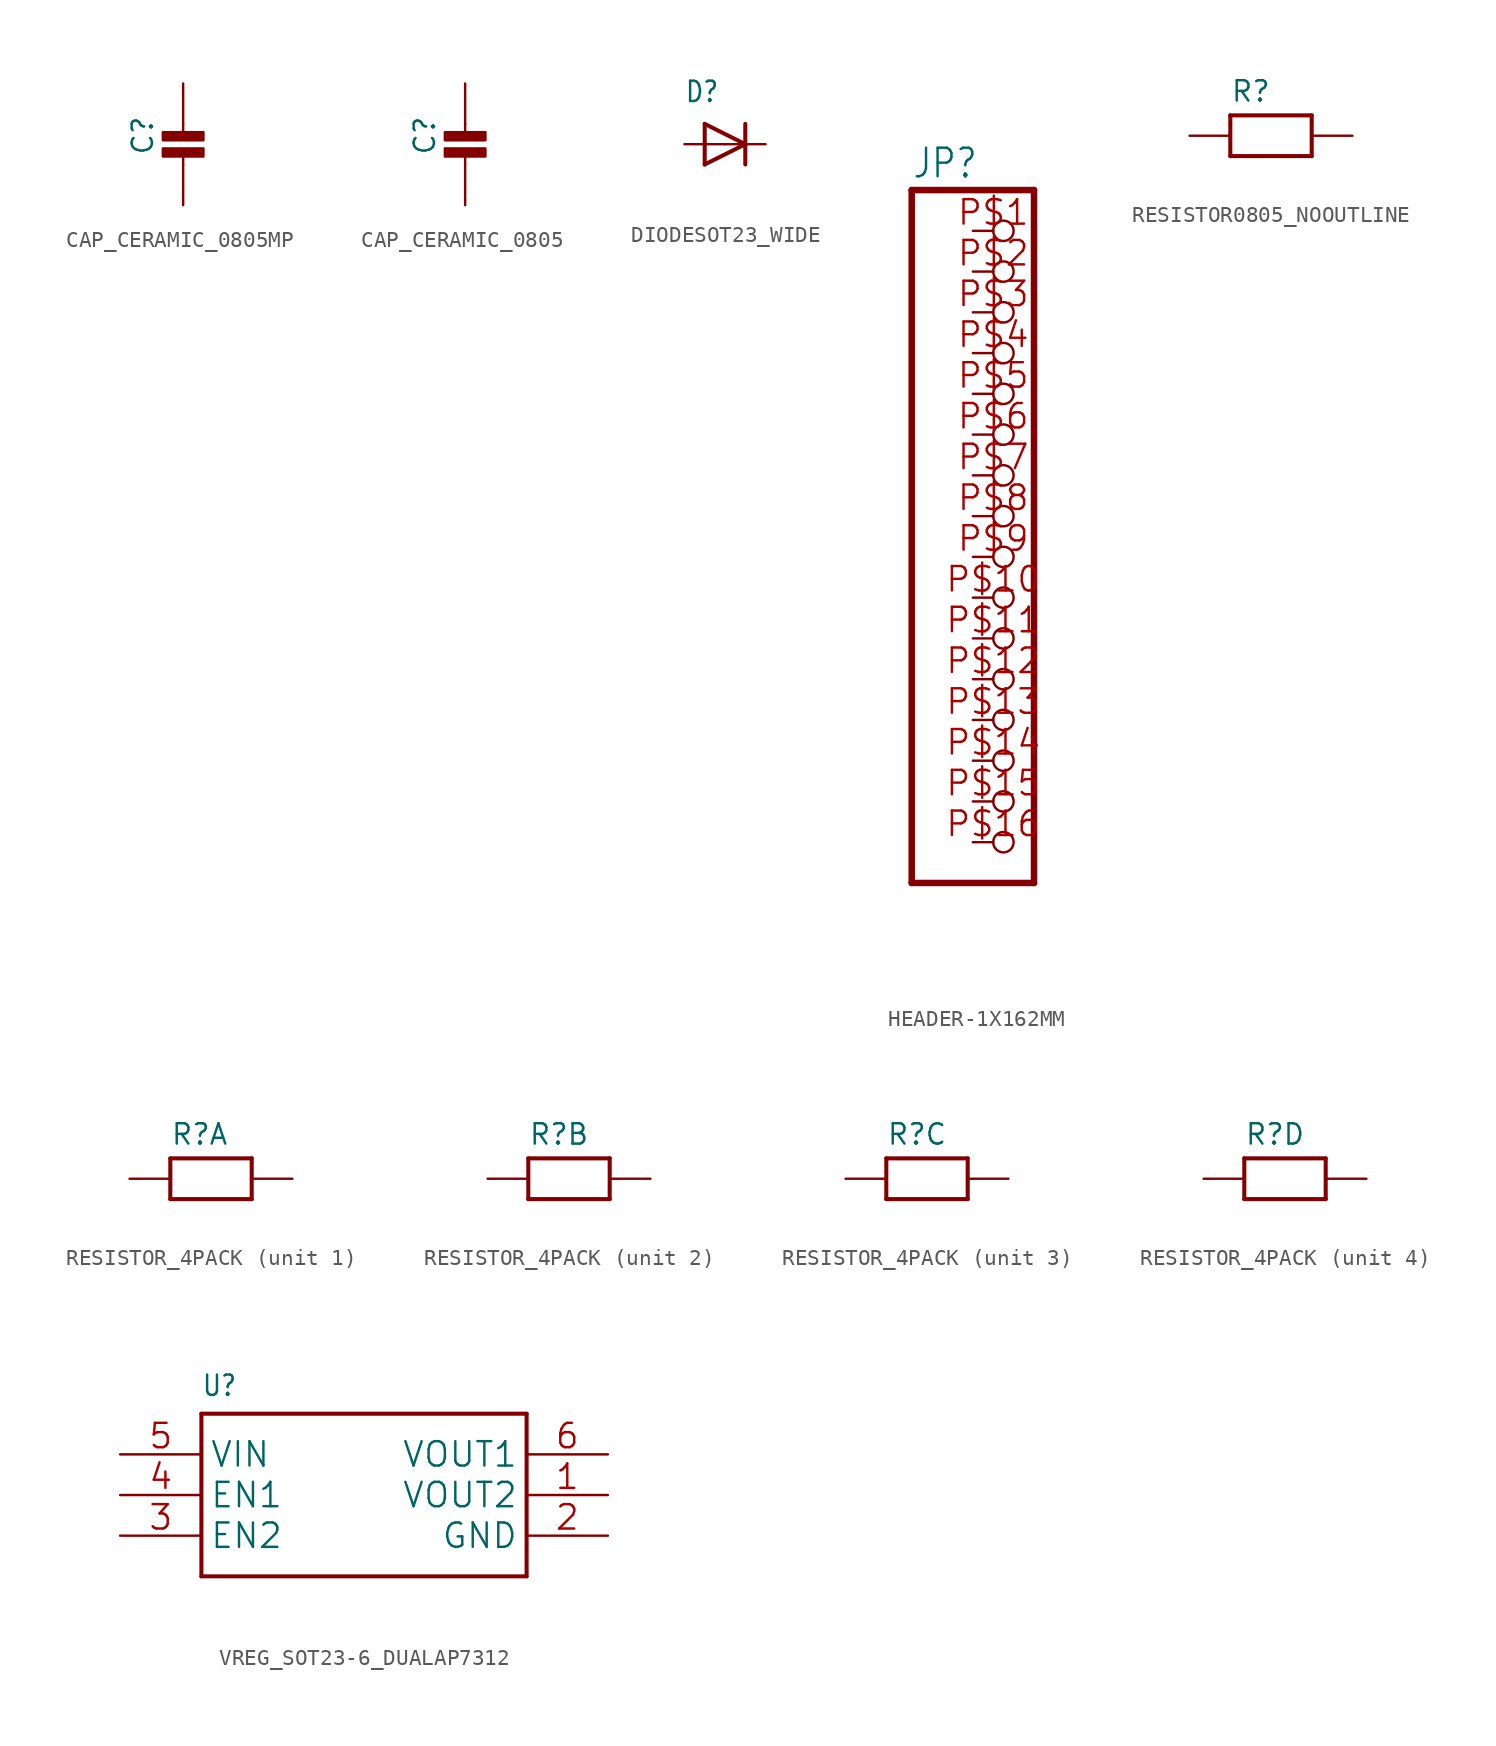
<source format=kicad_sym>
(kicad_symbol_lib
  (version 20241209)
  (generator "kicad_symbol_editor")
  (generator_version "9.0")
  (symbol "CAP_CERAMIC_0805MP"
    (property "Reference" "C"
      (at -1.79 0.54 90)
      (effects (font (size 1.27 1.27)) (justify left bottom)))
    (property "Value" ""
      (at 3 0.54 90)
      (effects (font (size 1.27 1.27)) (justify left bottom)))
    (property "ki_locked" ""
      (at 0 0 0)
      (effects (font (size 1.27 1.27))))
    (symbol "CAP_CERAMIC_0805MP_1_0"
      (rectangle (start -1.27 1.524) (end 1.27 2.032) (stroke (width 0) (type default)) (fill (type outline)))
      (rectangle (start -1.27 0.508) (end 1.27 1.016) (stroke (width 0) (type default)) (fill (type outline)))
      (polyline (pts (xy 0 2.54) (xy 0 1.778)) (stroke (width 0.152) (type solid)) (fill (type none)))
      (polyline (pts (xy 0 0.762) (xy 0 0)) (stroke (width 0.152) (type solid)) (fill (type none)))
      (pin passive line (at 0 5.08 270) (length 2.54) (name "1" (effects (font (size 0 0)))) (number "1" (effects (font (size 0 0)))))
      (pin passive line (at 0 -2.54 90) (length 2.54) (name "2" (effects (font (size 0 0)))) (number "2" (effects (font (size 0 0)))))))
  (symbol "CAP_CERAMIC_0805"
    (property "Reference" "C"
      (at -1.79 0.54 90)
      (effects (font (size 1.27 1.27)) (justify left bottom)))
    (property "Value" ""
      (at 3 0.54 90)
      (effects (font (size 1.27 1.27)) (justify left bottom)))
    (property "ki_locked" ""
      (at 0 0 0)
      (effects (font (size 1.27 1.27))))
    (symbol "CAP_CERAMIC_0805_1_0"
      (rectangle (start -1.27 1.524) (end 1.27 2.032) (stroke (width 0) (type default)) (fill (type outline)))
      (rectangle (start -1.27 0.508) (end 1.27 1.016) (stroke (width 0) (type default)) (fill (type outline)))
      (polyline (pts (xy 0 2.54) (xy 0 1.778)) (stroke (width 0.152) (type solid)) (fill (type none)))
      (polyline (pts (xy 0 0.762) (xy 0 0)) (stroke (width 0.152) (type solid)) (fill (type none)))
      (pin passive line (at 0 5.08 270) (length 2.54) (name "1" (effects (font (size 0 0)))) (number "1" (effects (font (size 0 0)))))
      (pin passive line (at 0 -2.54 90) (length 2.54) (name "2" (effects (font (size 0 0)))) (number "2" (effects (font (size 0 0)))))))
  (symbol "DIODESOT23_WIDE"
    (property "Reference" "D"
      (at -2.54 2.54 0)
      (effects (font (size 1.27 1.079)) (justify left bottom)))
    (property "Value" ""
      (at -2.54 -3.81 0)
      (effects (font (size 1.27 1.079)) (justify left bottom)))
    (property "ki_locked" ""
      (at 0 0 0)
      (effects (font (size 1.27 1.27))))
    (symbol "DIODESOT23_WIDE_1_0"
      (polyline (pts (xy -1.27 1.27) (xy -1.27 -1.27)) (stroke (width 0.254) (type solid)) (fill (type none)))
      (polyline (pts (xy -1.27 -1.27) (xy 1.27 0)) (stroke (width 0.254) (type solid)) (fill (type none)))
      (polyline (pts (xy 1.27 1.27) (xy 1.27 0)) (stroke (width 0.254) (type solid)) (fill (type none)))
      (polyline (pts (xy 1.27 0) (xy -1.27 1.27)) (stroke (width 0.254) (type solid)) (fill (type none)))
      (polyline (pts (xy 1.27 0) (xy 1.27 -1.27)) (stroke (width 0.254) (type solid)) (fill (type none)))
      (pin passive line (at -2.54 0 0) (length 2.54) (name "A" (effects (font (size 0 0)))) (number "1" (effects (font (size 0 0)))))
      (pin passive line (at 2.54 0 180) (length 2.54) (name "C" (effects (font (size 0 0)))) (number "3" (effects (font (size 0 0)))))))
  (symbol "HEADER-1X162MM"
    (property "Reference" "JP"
      (at -6.35 20.955 0)
      (effects (font (size 1.778 1.511)) (justify left bottom)))
    (property "Value" ""
      (at -6.35 -25.4 0)
      (effects (font (size 1.778 1.511)) (justify left bottom)))
    (property "ki_locked" ""
      (at 0 0 0)
      (effects (font (size 1.27 1.27))))
    (symbol "HEADER-1X162MM_1_0"
      (polyline (pts (xy -6.35 20.32) (xy -6.35 -22.86)) (stroke (width 0.406) (type solid)) (fill (type none)))
      (polyline (pts (xy -6.35 -22.86) (xy 1.27 -22.86)) (stroke (width 0.406) (type solid)) (fill (type none)))
      (polyline (pts (xy 1.27 20.32) (xy -6.35 20.32)) (stroke (width 0.406) (type solid)) (fill (type none)))
      (polyline (pts (xy 1.27 -22.86) (xy 1.27 20.32)) (stroke (width 0.406) (type solid)) (fill (type none)))
      (pin passive inverted (at -2.54 17.78 0) (length 2.54) (name "1" (effects (font (size 0 0)))) (number "P$1" (effects (font (size 1.524 1.524)))))
      (pin passive inverted (at -2.54 15.24 0) (length 2.54) (name "2" (effects (font (size 0 0)))) (number "P$2" (effects (font (size 1.524 1.524)))))
      (pin passive inverted (at -2.54 12.7 0) (length 2.54) (name "3" (effects (font (size 0 0)))) (number "P$3" (effects (font (size 1.524 1.524)))))
      (pin passive inverted (at -2.54 10.16 0) (length 2.54) (name "4" (effects (font (size 0 0)))) (number "P$4" (effects (font (size 1.524 1.524)))))
      (pin passive inverted (at -2.54 7.62 0) (length 2.54) (name "5" (effects (font (size 0 0)))) (number "P$5" (effects (font (size 1.524 1.524)))))
      (pin passive inverted (at -2.54 5.08 0) (length 2.54) (name "6" (effects (font (size 0 0)))) (number "P$6" (effects (font (size 1.524 1.524)))))
      (pin passive inverted (at -2.54 2.54 0) (length 2.54) (name "7" (effects (font (size 0 0)))) (number "P$7" (effects (font (size 1.524 1.524)))))
      (pin passive inverted (at -2.54 0 0) (length 2.54) (name "8" (effects (font (size 0 0)))) (number "P$8" (effects (font (size 1.524 1.524)))))
      (pin passive inverted (at -2.54 -2.54 0) (length 2.54) (name "9" (effects (font (size 0 0)))) (number "P$9" (effects (font (size 1.524 1.524)))))
      (pin passive inverted (at -2.54 -5.08 0) (length 2.54) (name "10" (effects (font (size 0 0)))) (number "P$10" (effects (font (size 1.524 1.524)))))
      (pin passive inverted (at -2.54 -7.62 0) (length 2.54) (name "11" (effects (font (size 0 0)))) (number "P$11" (effects (font (size 1.524 1.524)))))
      (pin passive inverted (at -2.54 -10.16 0) (length 2.54) (name "12" (effects (font (size 0 0)))) (number "P$12" (effects (font (size 1.524 1.524)))))
      (pin passive inverted (at -2.54 -12.7 0) (length 2.54) (name "13" (effects (font (size 0 0)))) (number "P$13" (effects (font (size 1.524 1.524)))))
      (pin passive inverted (at -2.54 -15.24 0) (length 2.54) (name "14" (effects (font (size 0 0)))) (number "P$14" (effects (font (size 1.524 1.524)))))
      (pin passive inverted (at -2.54 -17.78 0) (length 2.54) (name "15" (effects (font (size 0 0)))) (number "P$15" (effects (font (size 1.524 1.524)))))
      (pin passive inverted (at -2.54 -20.32 0) (length 2.54) (name "16" (effects (font (size 0 0)))) (number "P$16" (effects (font (size 1.524 1.524)))))))
  (symbol "RESISTOR0805_NOOUTLINE"
    (property "Reference" "R"
      (at -2.54 2.032 0)
      (effects (font (size 1.27 1.27)) (justify left bottom)))
    (property "Value" ""
      (at -2.54 -3.175 0)
      (effects (font (size 1.27 1.27)) (justify left bottom)))
    (property "ki_locked" ""
      (at 0 0 0)
      (effects (font (size 1.27 1.27))))
    (symbol "RESISTOR0805_NOOUTLINE_1_0"
      (polyline (pts (xy -2.54 1.27) (xy 2.54 1.27)) (stroke (width 0.254) (type solid)) (fill (type none)))
      (polyline (pts (xy -2.54 -1.27) (xy -2.54 1.27)) (stroke (width 0.254) (type solid)) (fill (type none)))
      (polyline (pts (xy 2.54 1.27) (xy 2.54 -1.27)) (stroke (width 0.254) (type solid)) (fill (type none)))
      (polyline (pts (xy 2.54 -1.27) (xy -2.54 -1.27)) (stroke (width 0.254) (type solid)) (fill (type none)))
      (pin passive line (at -5.08 0 0) (length 2.54) (name "1" (effects (font (size 0 0)))) (number "1" (effects (font (size 0 0)))))
      (pin passive line (at 5.08 0 180) (length 2.54) (name "2" (effects (font (size 0 0)))) (number "2" (effects (font (size 0 0)))))))
  (symbol "RESISTOR_4PACK"
    (property "Reference" "R"
      (at -2.54 2.032 0)
      (effects (font (size 1.27 1.27)) (justify left bottom)))
    (property "Value" ""
      (at -2.54 -3.175 0)
      (effects (font (size 1.27 1.27)) (justify left bottom)))
    (property "ki_locked" ""
      (at 0 0 0)
      (effects (font (size 1.27 1.27))))
    (symbol "RESISTOR_4PACK_1_0"
      (polyline (pts (xy -2.54 1.27) (xy 2.54 1.27)) (stroke (width 0.254) (type solid)) (fill (type none)))
      (polyline (pts (xy -2.54 -1.27) (xy -2.54 1.27)) (stroke (width 0.254) (type solid)) (fill (type none)))
      (polyline (pts (xy 2.54 1.27) (xy 2.54 -1.27)) (stroke (width 0.254) (type solid)) (fill (type none)))
      (polyline (pts (xy 2.54 -1.27) (xy -2.54 -1.27)) (stroke (width 0.254) (type solid)) (fill (type none)))
      (pin passive line (at -5.08 0 0) (length 2.54) (name "1" (effects (font (size 0 0)))) (number "1" (effects (font (size 0 0)))))
      (pin passive line (at 5.08 0 180) (length 2.54) (name "2" (effects (font (size 0 0)))) (number "8" (effects (font (size 0 0))))))
    (symbol "RESISTOR_4PACK_2_0"
      (polyline (pts (xy -2.54 1.27) (xy 2.54 1.27)) (stroke (width 0.254) (type solid)) (fill (type none)))
      (polyline (pts (xy -2.54 -1.27) (xy -2.54 1.27)) (stroke (width 0.254) (type solid)) (fill (type none)))
      (polyline (pts (xy 2.54 1.27) (xy 2.54 -1.27)) (stroke (width 0.254) (type solid)) (fill (type none)))
      (polyline (pts (xy 2.54 -1.27) (xy -2.54 -1.27)) (stroke (width 0.254) (type solid)) (fill (type none)))
      (pin passive line (at -5.08 0 0) (length 2.54) (name "1" (effects (font (size 0 0)))) (number "2" (effects (font (size 0 0)))))
      (pin passive line (at 5.08 0 180) (length 2.54) (name "2" (effects (font (size 0 0)))) (number "7" (effects (font (size 0 0))))))
    (symbol "RESISTOR_4PACK_3_0"
      (polyline (pts (xy -2.54 1.27) (xy 2.54 1.27)) (stroke (width 0.254) (type solid)) (fill (type none)))
      (polyline (pts (xy -2.54 -1.27) (xy -2.54 1.27)) (stroke (width 0.254) (type solid)) (fill (type none)))
      (polyline (pts (xy 2.54 1.27) (xy 2.54 -1.27)) (stroke (width 0.254) (type solid)) (fill (type none)))
      (polyline (pts (xy 2.54 -1.27) (xy -2.54 -1.27)) (stroke (width 0.254) (type solid)) (fill (type none)))
      (pin passive line (at -5.08 0 0) (length 2.54) (name "1" (effects (font (size 0 0)))) (number "3" (effects (font (size 0 0)))))
      (pin passive line (at 5.08 0 180) (length 2.54) (name "2" (effects (font (size 0 0)))) (number "6" (effects (font (size 0 0))))))
    (symbol "RESISTOR_4PACK_4_0"
      (polyline (pts (xy -2.54 1.27) (xy 2.54 1.27)) (stroke (width 0.254) (type solid)) (fill (type none)))
      (polyline (pts (xy -2.54 -1.27) (xy -2.54 1.27)) (stroke (width 0.254) (type solid)) (fill (type none)))
      (polyline (pts (xy 2.54 1.27) (xy 2.54 -1.27)) (stroke (width 0.254) (type solid)) (fill (type none)))
      (polyline (pts (xy 2.54 -1.27) (xy -2.54 -1.27)) (stroke (width 0.254) (type solid)) (fill (type none)))
      (pin passive line (at -5.08 0 0) (length 2.54) (name "1" (effects (font (size 0 0)))) (number "4" (effects (font (size 0 0)))))
      (pin passive line (at 5.08 0 180) (length 2.54) (name "2" (effects (font (size 0 0)))) (number "5" (effects (font (size 0 0)))))))
  (symbol "VREG_SOT23-6_DUALAP7312"
    (property "Reference" "U"
      (at -10.16 6.096 0)
      (effects (font (size 1.27 1.079)) (justify left bottom)))
    (property "Value" ""
      (at -10.16 -7.62 0)
      (effects (font (size 1.27 1.079)) (justify left bottom)))
    (property "ki_locked" ""
      (at 0 0 0)
      (effects (font (size 1.27 1.27))))
    (symbol "VREG_SOT23-6_DUALAP7312_1_0"
      (polyline (pts (xy -10.16 5.08) (xy 10.16 5.08)) (stroke (width 0.254) (type solid)) (fill (type none)))
      (polyline (pts (xy -10.16 -5.08) (xy -10.16 5.08)) (stroke (width 0.254) (type solid)) (fill (type none)))
      (polyline (pts (xy 10.16 5.08) (xy 10.16 -5.08)) (stroke (width 0.254) (type solid)) (fill (type none)))
      (polyline (pts (xy 10.16 -5.08) (xy -10.16 -5.08)) (stroke (width 0.254) (type solid)) (fill (type none)))
      (pin bidirectional line (at -15.24 2.54 0) (length 5.08) (name "VIN" (effects (font (size 1.524 1.524)))) (number "5" (effects (font (size 1.524 1.524)))))
      (pin bidirectional line (at -15.24 0 0) (length 5.08) (name "EN1" (effects (font (size 1.524 1.524)))) (number "4" (effects (font (size 1.524 1.524)))))
      (pin bidirectional line (at -15.24 -2.54 0) (length 5.08) (name "EN2" (effects (font (size 1.524 1.524)))) (number "3" (effects (font (size 1.524 1.524)))))
      (pin bidirectional line (at 15.24 2.54 180) (length 5.08) (name "VOUT1" (effects (font (size 1.524 1.524)))) (number "6" (effects (font (size 1.524 1.524)))))
      (pin bidirectional line (at 15.24 0 180) (length 5.08) (name "VOUT2" (effects (font (size 1.524 1.524)))) (number "1" (effects (font (size 1.524 1.524)))))
      (pin bidirectional line (at 15.24 -2.54 180) (length 5.08) (name "GND" (effects (font (size 1.524 1.524)))) (number "2" (effects (font (size 1.524 1.524))))))))
</source>
